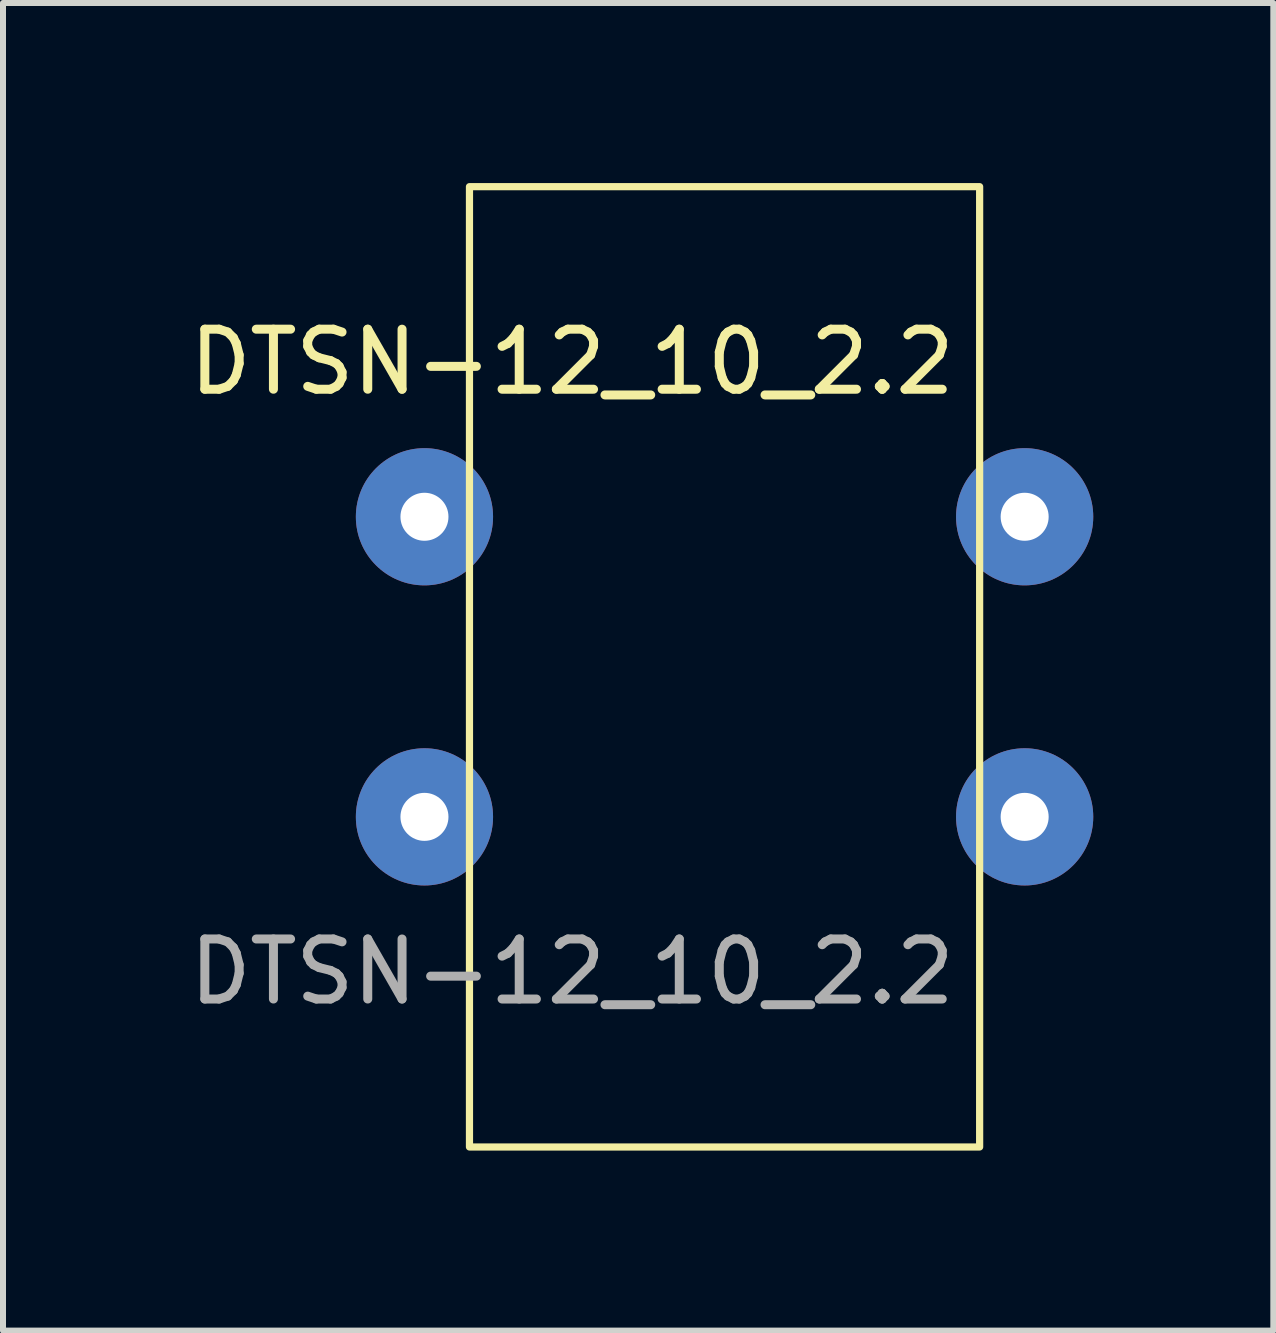
<source format=kicad_pcb>
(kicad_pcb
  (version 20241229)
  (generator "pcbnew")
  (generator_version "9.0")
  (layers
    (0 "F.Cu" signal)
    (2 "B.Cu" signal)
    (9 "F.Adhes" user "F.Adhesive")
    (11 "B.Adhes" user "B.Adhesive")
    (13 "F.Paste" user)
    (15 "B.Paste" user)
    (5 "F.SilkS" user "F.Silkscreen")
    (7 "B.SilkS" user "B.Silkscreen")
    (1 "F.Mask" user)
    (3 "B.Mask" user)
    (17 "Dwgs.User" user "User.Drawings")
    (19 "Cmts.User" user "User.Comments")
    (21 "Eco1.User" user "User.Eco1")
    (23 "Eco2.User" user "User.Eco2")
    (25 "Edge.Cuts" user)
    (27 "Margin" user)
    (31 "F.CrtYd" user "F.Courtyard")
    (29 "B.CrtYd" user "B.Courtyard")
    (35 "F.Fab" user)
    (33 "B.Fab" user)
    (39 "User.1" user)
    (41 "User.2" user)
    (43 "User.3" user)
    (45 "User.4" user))
  (footprint "DTSN-12_10_2.2"
    (layer "F.Cu")
    (at 9.022 8.06)
    (property "Reference" "DTSN-12_10_2.2" (at -2.54 -5.08 0) (unlocked yes) (layer "F.SilkS") (effects (font (size 1 1) (thickness 0.15))))
    (attr smd)
    (fp_rect (start -4.25 -8) (end 4.25 8) (stroke (width 0.12) (type solid)) (fill no) (layer "F.SilkS"))
    (fp_text user "${REFERENCE}" (at -2.54 5.08 0) (unlocked yes) (layer "F.Fab") (effects (font (size 1 1) (thickness 0.15))))
    (pad "1" thru_hole circle (at -5 -2.5) (size 2.286 2.286) (drill 0.8) (layers "*.Cu" "*.Mask"))
    (pad "2" thru_hole circle (at 5 -2.5) (size 2.286 2.286) (drill 0.8) (layers "*.Cu" "*.Mask"))
    (pad "3" thru_hole circle (at -5 2.5) (size 2.286 2.286) (drill 0.8) (layers "*.Cu" "*.Mask"))
    (pad "4" thru_hole circle (at 5 2.5) (size 2.286 2.286) (drill 0.8) (layers "*.Cu" "*.Mask")))
  (gr_rect
    (start -3 -3)
    (end 18.165 19.12)
    (stroke (width 0.1) (type default))
    (fill no)
    (layer "Edge.Cuts")))
</source>
